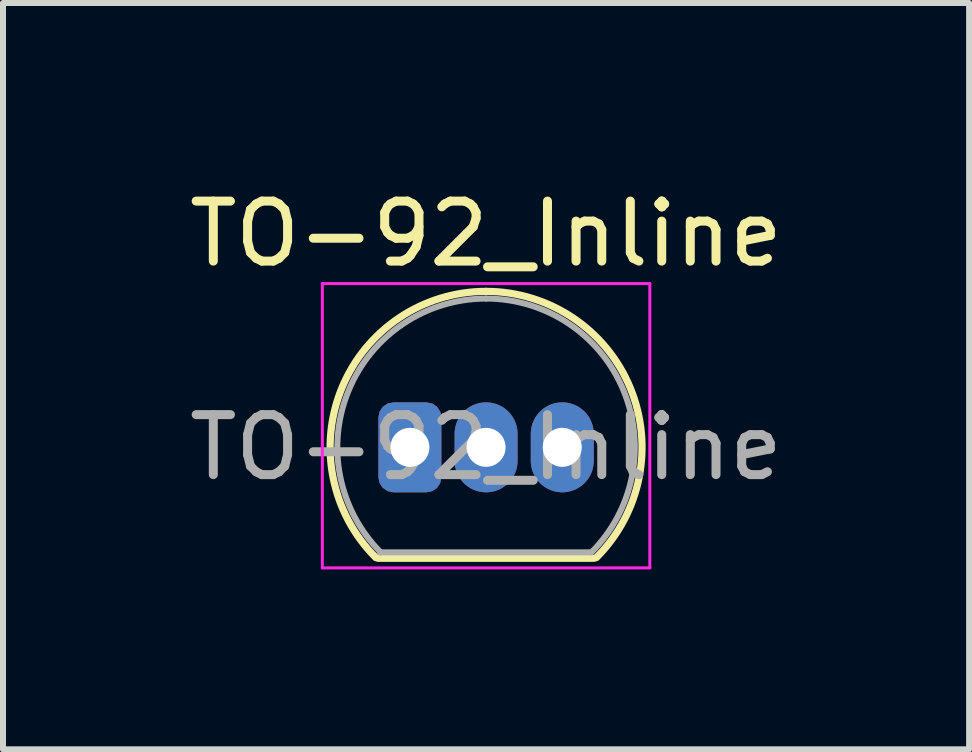
<source format=kicad_pcb>
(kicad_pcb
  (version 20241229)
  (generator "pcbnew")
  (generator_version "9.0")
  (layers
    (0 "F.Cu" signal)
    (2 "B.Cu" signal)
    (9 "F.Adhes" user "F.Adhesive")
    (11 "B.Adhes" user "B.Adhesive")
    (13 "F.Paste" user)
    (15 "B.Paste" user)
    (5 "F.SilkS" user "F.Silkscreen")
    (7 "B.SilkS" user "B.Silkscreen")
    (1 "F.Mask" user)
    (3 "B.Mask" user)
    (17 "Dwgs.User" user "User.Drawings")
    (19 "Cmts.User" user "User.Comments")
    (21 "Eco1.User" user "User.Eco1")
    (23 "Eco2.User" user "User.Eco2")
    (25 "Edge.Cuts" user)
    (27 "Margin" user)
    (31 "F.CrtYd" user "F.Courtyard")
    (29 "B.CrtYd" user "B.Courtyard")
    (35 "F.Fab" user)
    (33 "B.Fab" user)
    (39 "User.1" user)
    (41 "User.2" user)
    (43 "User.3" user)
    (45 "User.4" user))
  (footprint "TO-92_Inline"
    (layer "F.Cu")
    (at 3.784 4.408)
    (property "Reference" "TO-92_Inline" (at 1.27 -3.56 0) (layer "F.SilkS") (effects (font (size 1 1) (thickness 0.15))))
    (attr through_hole)
    (fp_line (start -0.53 1.85) (end 3.07 1.85) (stroke (width 0.12) (type solid)) (layer "F.SilkS"))
    (fp_arc (start -0.568478 1.838478) (mid -1.132087 -0.994977) (end 1.27 -2.6) (stroke (width 0.12) (type solid)) (layer "F.SilkS"))
    (fp_arc (start 1.27 -2.6) (mid 3.672087 -0.994977) (end 3.108478 1.838478) (stroke (width 0.12) (type solid)) (layer "F.SilkS"))
    (fp_line (start -1.46 -2.73) (end -1.46 2.01) (stroke (width 0.05) (type solid)) (layer "F.CrtYd"))
    (fp_line (start -1.46 -2.73) (end 4 -2.73) (stroke (width 0.05) (type solid)) (layer "F.CrtYd"))
    (fp_line (start 4 2.01) (end -1.46 2.01) (stroke (width 0.05) (type solid)) (layer "F.CrtYd"))
    (fp_line (start 4 2.01) (end 4 -2.73) (stroke (width 0.05) (type solid)) (layer "F.CrtYd"))
    (fp_line (start -0.5 1.75) (end 3 1.75) (stroke (width 0.1) (type solid)) (layer "F.Fab"))
    (fp_arc (start -0.483625 1.753625) (mid -1.021221 -0.949055) (end 1.27 -2.48) (stroke (width 0.1) (type solid)) (layer "F.Fab"))
    (fp_arc (start 1.27 -2.48) (mid 3.561221 -0.949055) (end 3.023625 1.753625) (stroke (width 0.1) (type solid)) (layer "F.Fab"))
    (fp_text user "${REFERENCE}" (at 1.27 0 0) (layer "F.Fab") (effects (font (size 1 1) (thickness 0.15))))
    (pad "1" thru_hole roundrect (at 0 0) (size 1.05 1.5) (drill 0.65) (layers "*.Cu" "*.Mask") (roundrect_rratio 0.238))
    (pad "2" thru_hole oval (at 1.27 0) (size 1.05 1.5) (drill 0.65) (layers "*.Cu" "*.Mask"))
    (pad "3" thru_hole oval (at 2.54 0) (size 1.05 1.5) (drill 0.65) (layers "*.Cu" "*.Mask")))
  (gr_rect
    (start -3 -3)
    (end 13.107 9.443)
    (stroke (width 0.1) (type default))
    (fill no)
    (layer "Edge.Cuts")))
</source>
